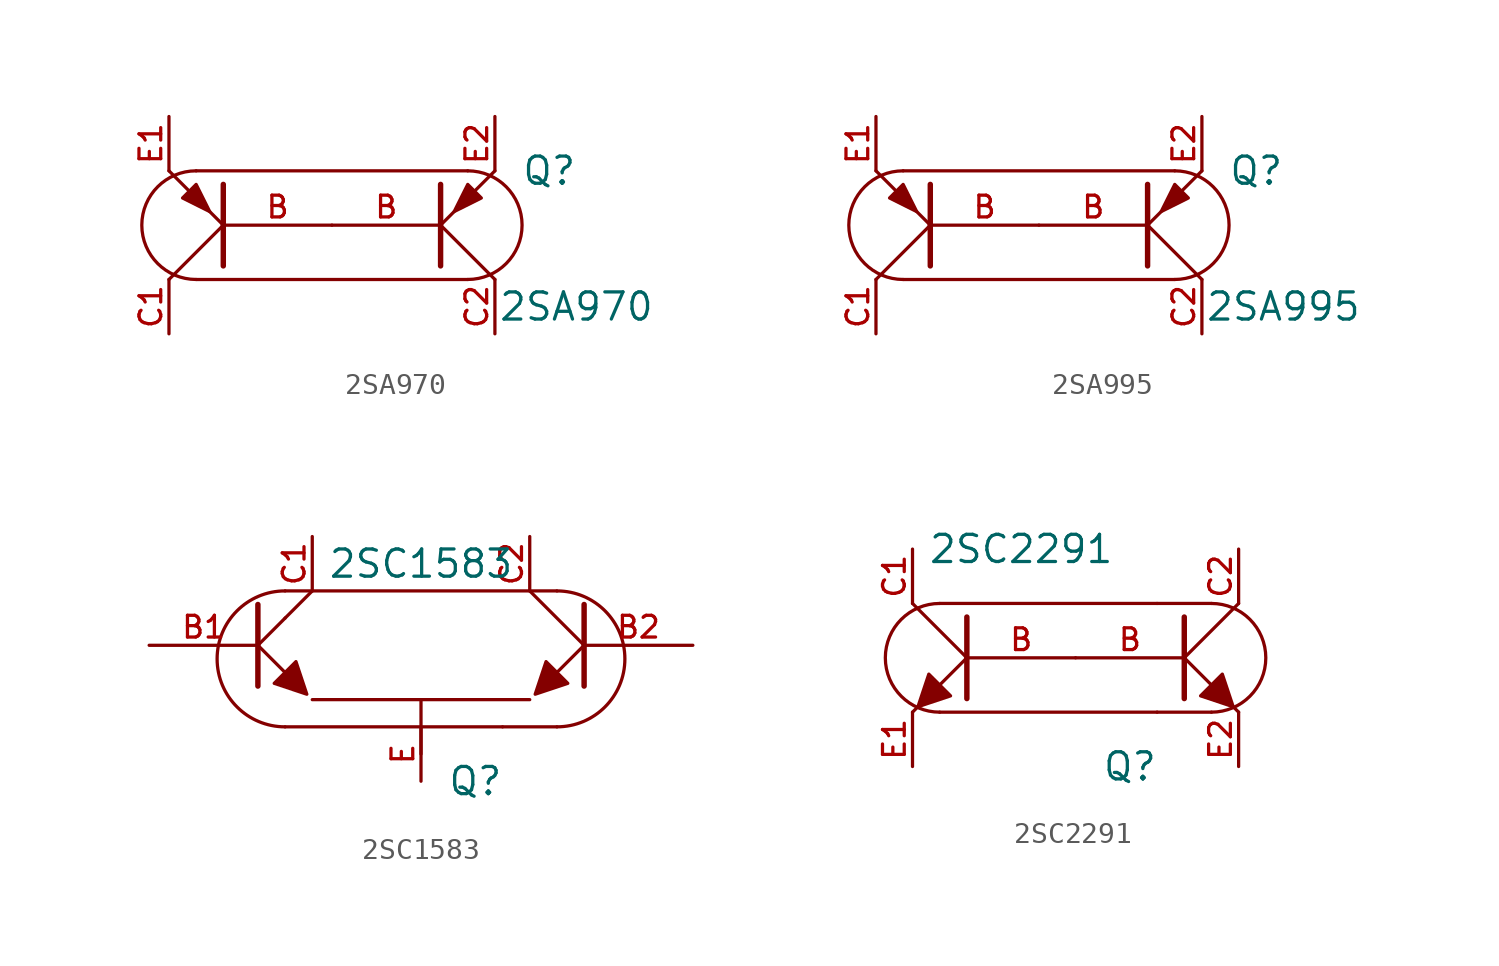
<source format=kicad_sym>
(kicad_symbol_lib
  (version 20220914)
  (generator kicad_symbol_editor)
  (symbol "2SA970"
    (pin_names
      (offset 1.016) hide)
    (property "Reference" "Q"
      (at 5.08 2.54 0)
      (effects (font (size 1.27 1.27))))
    (property "Value" "2SA970"
      (at 6.35 -3.81 0)
      (effects (font (size 1.27 1.27))))
    (property "Footprint" ""
      (at 0 0 0)
      (effects (font (size 1.524 1.524))))
    (property "Datasheet" ""
      (at 0 0 0)
      (effects (font (size 1.524 1.524))))
    (symbol "2SA970_0_1"
      (arc (start -11.43 2.54) (mid -13.959 0) (end -11.43 -2.54) (stroke (width 0) (type solid)) (fill (type none)))
      (polyline (pts (xy -11.43 -2.54) (xy 1.27 -2.54)) (stroke (width 0) (type solid)) (fill (type none)))
      (polyline (pts (xy -11.43 2.54) (xy 1.27 2.54)) (stroke (width 0) (type solid)) (fill (type none)))
      (polyline (pts (xy -10.16 0) (xy -12.7 -2.54)) (stroke (width 0) (type solid)) (fill (type none)))
      (polyline (pts (xy 0 0) (xy 2.54 -2.54)) (stroke (width 0) (type solid)) (fill (type none)))
      (polyline (pts (xy -12.7 2.54) (xy -11.811 1.651) (xy -11.811 1.651)) (stroke (width 0) (type solid)) (fill (type none)))
      (polyline (pts (xy -10.795 0.635) (xy -10.16 0) (xy -10.16 0)) (stroke (width 0) (type solid)) (fill (type none)))
      (polyline (pts (xy -10.16 -1.905) (xy -10.16 1.905) (xy -10.16 1.905)) (stroke (width 0.254) (type solid)) (fill (type outline)))
      (polyline (pts (xy 0 -1.905) (xy 0 1.905) (xy 0 1.905)) (stroke (width 0.254) (type solid)) (fill (type outline)))
      (polyline (pts (xy 0.635 0.635) (xy 0 0) (xy 0 0)) (stroke (width 0) (type solid)) (fill (type none)))
      (polyline (pts (xy 2.54 2.54) (xy 1.651 1.651) (xy 1.651 1.651)) (stroke (width 0) (type solid)) (fill (type none)))
      (polyline (pts (xy -10.795 0.635) (xy -11.43 1.905) (xy -12.065 1.27) (xy -10.795 0.635) (xy -10.795 0.635)) (stroke (width 0) (type solid)) (fill (type outline)))
      (polyline (pts (xy 0.635 0.635) (xy 1.27 1.905) (xy 1.905 1.27) (xy 0.635 0.635) (xy 0.635 0.635)) (stroke (width 0) (type solid)) (fill (type outline)))
      (arc (start 1.27 -2.54) (mid 3.799 0) (end 1.27 2.54) (stroke (width 0) (type solid)) (fill (type none))))
    (symbol "2SA970_1_1"
      (pin input line (at -5.08 0 180) (length 5.08) (name "B" (effects (font (size 1.016 1.016)))) (number "B" (effects (font (size 1.016 1.016)))))
      (pin input line (at -5.08 0 0) (length 5.08) (name "B" (effects (font (size 1.016 1.016)))) (number "B" (effects (font (size 1.016 1.016)))))
      (pin passive line (at -12.7 -5.08 90) (length 2.54) (name "C1" (effects (font (size 1.016 1.016)))) (number "C1" (effects (font (size 1.016 1.016)))))
      (pin passive line (at 2.54 -5.08 90) (length 2.54) (name "C2" (effects (font (size 1.016 1.016)))) (number "C2" (effects (font (size 1.016 1.016)))))
      (pin passive line (at -12.7 5.08 270) (length 2.54) (name "E1" (effects (font (size 1.016 1.016)))) (number "E1" (effects (font (size 1.016 1.016)))))
      (pin passive line (at 2.54 5.08 270) (length 2.54) (name "E2" (effects (font (size 1.016 1.016)))) (number "E2" (effects (font (size 1.016 1.016)))))))
  (symbol "2SA995"
    (pin_names
      (offset 1.016) hide)
    (property "Reference" "Q"
      (at 5.08 2.54 0)
      (effects (font (size 1.27 1.27))))
    (property "Value" "2SA995"
      (at 6.35 -3.81 0)
      (effects (font (size 1.27 1.27))))
    (property "Footprint" ""
      (at 0 0 0)
      (effects (font (size 1.524 1.524))))
    (property "Datasheet" ""
      (at 0 0 0)
      (effects (font (size 1.524 1.524))))
    (symbol "2SA995_0_1"
      (arc (start -11.43 2.54) (mid -13.959 0) (end -11.43 -2.54) (stroke (width 0) (type solid)) (fill (type none)))
      (polyline (pts (xy -11.43 -2.54) (xy 1.27 -2.54)) (stroke (width 0) (type solid)) (fill (type none)))
      (polyline (pts (xy -11.43 2.54) (xy 1.27 2.54)) (stroke (width 0) (type solid)) (fill (type none)))
      (polyline (pts (xy -10.16 0) (xy -12.7 -2.54)) (stroke (width 0) (type solid)) (fill (type none)))
      (polyline (pts (xy 0 0) (xy 2.54 -2.54)) (stroke (width 0) (type solid)) (fill (type none)))
      (polyline (pts (xy -12.7 2.54) (xy -11.811 1.651) (xy -11.811 1.651)) (stroke (width 0) (type solid)) (fill (type none)))
      (polyline (pts (xy -10.795 0.635) (xy -10.16 0) (xy -10.16 0)) (stroke (width 0) (type solid)) (fill (type none)))
      (polyline (pts (xy -10.16 -1.905) (xy -10.16 1.905) (xy -10.16 1.905)) (stroke (width 0.254) (type solid)) (fill (type outline)))
      (polyline (pts (xy 0 -1.905) (xy 0 1.905) (xy 0 1.905)) (stroke (width 0.254) (type solid)) (fill (type outline)))
      (polyline (pts (xy 0.635 0.635) (xy 0 0) (xy 0 0)) (stroke (width 0) (type solid)) (fill (type none)))
      (polyline (pts (xy 2.54 2.54) (xy 1.651 1.651) (xy 1.651 1.651)) (stroke (width 0) (type solid)) (fill (type none)))
      (polyline (pts (xy -10.795 0.635) (xy -11.43 1.905) (xy -12.065 1.27) (xy -10.795 0.635) (xy -10.795 0.635)) (stroke (width 0) (type solid)) (fill (type outline)))
      (polyline (pts (xy 0.635 0.635) (xy 1.27 1.905) (xy 1.905 1.27) (xy 0.635 0.635) (xy 0.635 0.635)) (stroke (width 0) (type solid)) (fill (type outline)))
      (arc (start 1.27 -2.54) (mid 3.799 0) (end 1.27 2.54) (stroke (width 0) (type solid)) (fill (type none))))
    (symbol "2SA995_1_1"
      (pin input line (at -5.08 0 180) (length 5.08) (name "B" (effects (font (size 1.016 1.016)))) (number "B" (effects (font (size 1.016 1.016)))))
      (pin input line (at -5.08 0 0) (length 5.08) (name "B" (effects (font (size 1.016 1.016)))) (number "B" (effects (font (size 1.016 1.016)))))
      (pin passive line (at -12.7 -5.08 90) (length 2.54) (name "C1" (effects (font (size 1.016 1.016)))) (number "C1" (effects (font (size 1.016 1.016)))))
      (pin passive line (at 2.54 -5.08 90) (length 2.54) (name "C2" (effects (font (size 1.016 1.016)))) (number "C2" (effects (font (size 1.016 1.016)))))
      (pin passive line (at -12.7 5.08 270) (length 2.54) (name "E1" (effects (font (size 1.016 1.016)))) (number "E1" (effects (font (size 1.016 1.016)))))
      (pin passive line (at 2.54 5.08 270) (length 2.54) (name "E2" (effects (font (size 1.016 1.016)))) (number "E2" (effects (font (size 1.016 1.016)))))))
  (symbol "2SC1583"
    (pin_names
      (offset 1.016) hide)
    (property "Reference" "Q"
      (at 2.54 -5.08 0)
      (effects (font (size 1.27 1.27))))
    (property "Value" "2SC1583"
      (at 0 5.08 0)
      (effects (font (size 1.27 1.27))))
    (property "Datasheet" ""
      (at 0 0 0)
      (effects (font (size 1.524 1.524))))
    (symbol "2SC1583_0_1"
      (arc (start -6.35 3.81) (mid -9.5112 0.635) (end -6.35 -2.54) (stroke (width 0) (type solid)) (fill (type none)))
      (polyline (pts (xy -7.62 1.27) (xy -6.35 2.54)) (stroke (width 0) (type solid)) (fill (type none)))
      (polyline (pts (xy -6.35 -2.54) (xy 3.81 -2.54)) (stroke (width 0) (type solid)) (fill (type none)))
      (polyline (pts (xy -6.35 2.54) (xy -5.08 3.81)) (stroke (width 0) (type solid)) (fill (type none)))
      (polyline (pts (xy -6.35 3.81) (xy 6.35 3.81)) (stroke (width 0) (type solid)) (fill (type none)))
      (polyline (pts (xy -5.08 -1.27) (xy 5.08 -1.27)) (stroke (width 0) (type solid)) (fill (type none)))
      (polyline (pts (xy 3.81 -2.54) (xy 6.35 -2.54)) (stroke (width 0) (type solid)) (fill (type none)))
      (polyline (pts (xy 7.62 1.27) (xy 5.08 3.81)) (stroke (width 0) (type solid)) (fill (type none)))
      (polyline (pts (xy -7.62 3.175) (xy -7.62 -0.635) (xy -7.62 -0.635)) (stroke (width 0.254) (type solid)) (fill (type none)))
      (polyline (pts (xy -6.35 0) (xy -7.62 1.27) (xy -7.62 1.27)) (stroke (width 0) (type solid)) (fill (type none)))
      (polyline (pts (xy 0 -1.27) (xy 0 -2.54) (xy 0 -3.81)) (stroke (width 0) (type solid)) (fill (type none)))
      (polyline (pts (xy 6.35 0) (xy 7.62 1.27) (xy 7.62 1.27)) (stroke (width 0) (type solid)) (fill (type none)))
      (polyline (pts (xy 7.62 3.175) (xy 7.62 -0.635) (xy 7.62 -0.635)) (stroke (width 0.254) (type solid)) (fill (type none)))
      (polyline (pts (xy -5.334 -1.016) (xy -5.842 0.508) (xy -6.858 -0.508) (xy -5.334 -1.016) (xy -5.334 -1.016)) (stroke (width 0) (type solid)) (fill (type outline)))
      (polyline (pts (xy 5.334 -1.016) (xy 5.842 0.508) (xy 6.858 -0.508) (xy 5.334 -1.016) (xy 5.334 -1.016)) (stroke (width 0) (type solid)) (fill (type outline)))
      (arc (start 6.35 -2.54) (mid 9.5112 0.635) (end 6.35 3.81) (stroke (width 0) (type solid)) (fill (type none))))
    (symbol "2SC1583_1_1"
      (pin input line (at -12.7 1.27 0) (length 5.08) (name "B1" (effects (font (size 1.016 1.016)))) (number "B1" (effects (font (size 1.016 1.016)))))
      (pin input line (at 12.7 1.27 180) (length 5.08) (name "B2" (effects (font (size 1.016 1.016)))) (number "B2" (effects (font (size 1.016 1.016)))))
      (pin passive line (at -5.08 6.35 270) (length 2.54) (name "C1" (effects (font (size 1.016 1.016)))) (number "C1" (effects (font (size 1.016 1.016)))))
      (pin passive line (at 5.08 6.35 270) (length 2.54) (name "C2" (effects (font (size 1.016 1.016)))) (number "C2" (effects (font (size 1.016 1.016)))))
      (pin passive line (at 0 -5.08 90) (length 2.54) (name "E" (effects (font (size 1.016 1.016)))) (number "E" (effects (font (size 1.016 1.016)))))))
  (symbol "2SC2291"
    (pin_names
      (offset 1.016) hide)
    (property "Reference" "Q"
      (at 2.54 -5.08 0)
      (effects (font (size 1.27 1.27))))
    (property "Value" "2SC2291"
      (at -2.54 5.08 0)
      (effects (font (size 1.27 1.27))))
    (property "Datasheet" ""
      (at 0 0 0)
      (effects (font (size 1.524 1.524))))
    (symbol "2SC2291_0_1"
      (arc (start -6.35 2.54) (mid -8.879 0) (end -6.35 -2.54) (stroke (width 0) (type solid)) (fill (type none)))
      (polyline (pts (xy -6.35 -2.54) (xy 3.81 -2.54)) (stroke (width 0) (type solid)) (fill (type none)))
      (polyline (pts (xy -6.35 2.54) (xy 3.81 2.54)) (stroke (width 0) (type solid)) (fill (type none)))
      (polyline (pts (xy -5.08 0) (xy -7.62 2.54)) (stroke (width 0) (type solid)) (fill (type none)))
      (polyline (pts (xy 3.81 -2.54) (xy 6.35 -2.54)) (stroke (width 0) (type solid)) (fill (type none)))
      (polyline (pts (xy 3.81 2.54) (xy 6.35 2.54)) (stroke (width 0) (type solid)) (fill (type none)))
      (polyline (pts (xy 5.08 0) (xy 7.62 2.54)) (stroke (width 0) (type solid)) (fill (type none)))
      (polyline (pts (xy -7.366 -2.286) (xy -7.62 -2.54) (xy -7.62 -2.54)) (stroke (width 0) (type solid)) (fill (type none)))
      (polyline (pts (xy -6.35 -1.27) (xy -5.08 0) (xy -5.08 0)) (stroke (width 0) (type solid)) (fill (type none)))
      (polyline (pts (xy -5.08 1.905) (xy -5.08 -1.905) (xy -5.08 -1.905)) (stroke (width 0.254) (type solid)) (fill (type none)))
      (polyline (pts (xy 5.08 1.905) (xy 5.08 -1.905) (xy 5.08 -1.905)) (stroke (width 0.254) (type solid)) (fill (type none)))
      (polyline (pts (xy 6.35 -1.27) (xy 5.08 0) (xy 5.08 0)) (stroke (width 0) (type solid)) (fill (type none)))
      (polyline (pts (xy 7.366 -2.286) (xy 7.62 -2.54) (xy 7.62 -2.54)) (stroke (width 0) (type solid)) (fill (type none)))
      (polyline (pts (xy -7.366 -2.286) (xy -6.858 -0.762) (xy -5.842 -1.778) (xy -7.366 -2.286) (xy -7.366 -2.286)) (stroke (width 0) (type solid)) (fill (type outline)))
      (polyline (pts (xy 7.366 -2.286) (xy 6.858 -0.762) (xy 5.842 -1.778) (xy 7.366 -2.286) (xy 7.366 -2.286)) (stroke (width 0) (type solid)) (fill (type outline)))
      (arc (start 6.35 -2.54) (mid 8.879 0) (end 6.35 2.54) (stroke (width 0) (type solid)) (fill (type none))))
    (symbol "2SC2291_1_1"
      (pin input line (at 0 0 180) (length 5.08) (name "B" (effects (font (size 1.016 1.016)))) (number "B" (effects (font (size 1.016 1.016)))))
      (pin input line (at 0 0 0) (length 5.08) (name "B" (effects (font (size 1.016 1.016)))) (number "B" (effects (font (size 1.016 1.016)))))
      (pin passive line (at -7.62 5.08 270) (length 2.54) (name "C1" (effects (font (size 1.016 1.016)))) (number "C1" (effects (font (size 1.016 1.016)))))
      (pin passive line (at 7.62 5.08 270) (length 2.54) (name "C2" (effects (font (size 1.016 1.016)))) (number "C2" (effects (font (size 1.016 1.016)))))
      (pin passive line (at -7.62 -5.08 90) (length 2.54) (name "E1" (effects (font (size 1.016 1.016)))) (number "E1" (effects (font (size 1.016 1.016)))))
      (pin passive line (at 7.62 -5.08 90) (length 2.54) (name "E2" (effects (font (size 1.016 1.016)))) (number "E2" (effects (font (size 1.016 1.016))))))))
</source>
